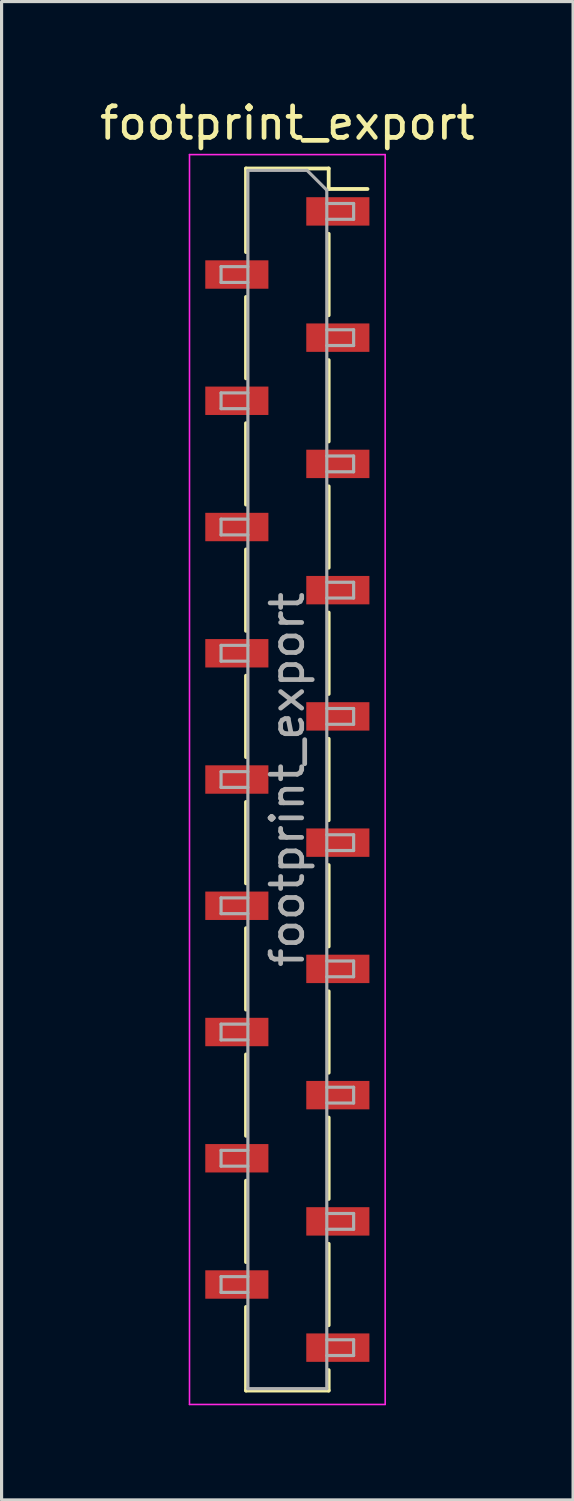
<source format=kicad_pcb>
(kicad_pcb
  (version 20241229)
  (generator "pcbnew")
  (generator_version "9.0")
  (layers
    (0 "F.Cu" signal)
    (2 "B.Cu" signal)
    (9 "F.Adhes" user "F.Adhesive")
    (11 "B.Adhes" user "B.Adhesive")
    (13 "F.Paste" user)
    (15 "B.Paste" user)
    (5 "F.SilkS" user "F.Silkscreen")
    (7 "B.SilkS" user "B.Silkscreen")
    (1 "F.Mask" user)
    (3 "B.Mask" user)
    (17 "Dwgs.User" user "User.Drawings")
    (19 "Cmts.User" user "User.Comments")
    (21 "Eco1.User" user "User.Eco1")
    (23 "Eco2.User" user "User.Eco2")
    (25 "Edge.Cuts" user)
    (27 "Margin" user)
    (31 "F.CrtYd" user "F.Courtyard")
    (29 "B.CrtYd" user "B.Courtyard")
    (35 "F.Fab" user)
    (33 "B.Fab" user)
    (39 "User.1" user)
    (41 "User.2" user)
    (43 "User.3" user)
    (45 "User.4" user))
  (footprint "footprint_export"
    (layer "F.Cu")
    (at 6.054 21.648)
    (property "Reference" "footprint_export" (at 0 -20.8 0) (layer "F.SilkS") (effects (font (size 1 1) (thickness 0.15))))
    (attr smd)
    (fp_line (start -1.31 -19.36) (end -1.31 -16.71) (stroke (width 0.12) (type solid)) (layer "F.SilkS"))
    (fp_line (start -1.31 -19.36) (end 1.31 -19.36) (stroke (width 0.12) (type solid)) (layer "F.SilkS"))
    (fp_line (start -1.31 -15.29) (end -1.31 -12.71) (stroke (width 0.12) (type solid)) (layer "F.SilkS"))
    (fp_line (start -1.31 -11.29) (end -1.31 -8.71) (stroke (width 0.12) (type solid)) (layer "F.SilkS"))
    (fp_line (start -1.31 -7.29) (end -1.31 -4.71) (stroke (width 0.12) (type solid)) (layer "F.SilkS"))
    (fp_line (start -1.31 -3.29) (end -1.31 -0.71) (stroke (width 0.12) (type solid)) (layer "F.SilkS"))
    (fp_line (start -1.31 0.71) (end -1.31 3.29) (stroke (width 0.12) (type solid)) (layer "F.SilkS"))
    (fp_line (start -1.31 4.71) (end -1.31 7.29) (stroke (width 0.12) (type solid)) (layer "F.SilkS"))
    (fp_line (start -1.31 8.71) (end -1.31 11.29) (stroke (width 0.12) (type solid)) (layer "F.SilkS"))
    (fp_line (start -1.31 12.71) (end -1.31 15.29) (stroke (width 0.12) (type solid)) (layer "F.SilkS"))
    (fp_line (start -1.31 16.71) (end -1.31 19.36) (stroke (width 0.12) (type solid)) (layer "F.SilkS"))
    (fp_line (start -1.31 19.36) (end 1.31 19.36) (stroke (width 0.12) (type solid)) (layer "F.SilkS"))
    (fp_line (start 1.31 -19.36) (end 1.31 -18.71) (stroke (width 0.12) (type solid)) (layer "F.SilkS"))
    (fp_line (start 1.31 -18.71) (end 2.54 -18.71) (stroke (width 0.12) (type solid)) (layer "F.SilkS"))
    (fp_line (start 1.31 -17.29) (end 1.31 -14.71) (stroke (width 0.12) (type solid)) (layer "F.SilkS"))
    (fp_line (start 1.31 -13.29) (end 1.31 -10.71) (stroke (width 0.12) (type solid)) (layer "F.SilkS"))
    (fp_line (start 1.31 -9.29) (end 1.31 -6.71) (stroke (width 0.12) (type solid)) (layer "F.SilkS"))
    (fp_line (start 1.31 -5.29) (end 1.31 -2.71) (stroke (width 0.12) (type solid)) (layer "F.SilkS"))
    (fp_line (start 1.31 -1.29) (end 1.31 1.29) (stroke (width 0.12) (type solid)) (layer "F.SilkS"))
    (fp_line (start 1.31 2.71) (end 1.31 5.29) (stroke (width 0.12) (type solid)) (layer "F.SilkS"))
    (fp_line (start 1.31 6.71) (end 1.31 9.29) (stroke (width 0.12) (type solid)) (layer "F.SilkS"))
    (fp_line (start 1.31 10.71) (end 1.31 13.29) (stroke (width 0.12) (type solid)) (layer "F.SilkS"))
    (fp_line (start 1.31 14.71) (end 1.31 17.29) (stroke (width 0.12) (type solid)) (layer "F.SilkS"))
    (fp_line (start 1.31 18.71) (end 1.31 19.36) (stroke (width 0.12) (type solid)) (layer "F.SilkS"))
    (fp_line (start -3.1 -19.8) (end 3.1 -19.8) (stroke (width 0.05) (type solid)) (layer "F.CrtYd"))
    (fp_line (start -3.1 19.8) (end -3.1 -19.8) (stroke (width 0.05) (type solid)) (layer "F.CrtYd"))
    (fp_line (start 3.1 -19.8) (end 3.1 19.8) (stroke (width 0.05) (type solid)) (layer "F.CrtYd"))
    (fp_line (start 3.1 19.8) (end -3.1 19.8) (stroke (width 0.05) (type solid)) (layer "F.CrtYd"))
    (fp_line (start -2.1 -16.25) (end -1.25 -16.25) (stroke (width 0.1) (type solid)) (layer "F.Fab"))
    (fp_line (start -2.1 -15.75) (end -2.1 -16.25) (stroke (width 0.1) (type solid)) (layer "F.Fab"))
    (fp_line (start -2.1 -12.25) (end -1.25 -12.25) (stroke (width 0.1) (type solid)) (layer "F.Fab"))
    (fp_line (start -2.1 -11.75) (end -2.1 -12.25) (stroke (width 0.1) (type solid)) (layer "F.Fab"))
    (fp_line (start -2.1 -8.25) (end -1.25 -8.25) (stroke (width 0.1) (type solid)) (layer "F.Fab"))
    (fp_line (start -2.1 -7.75) (end -2.1 -8.25) (stroke (width 0.1) (type solid)) (layer "F.Fab"))
    (fp_line (start -2.1 -4.25) (end -1.25 -4.25) (stroke (width 0.1) (type solid)) (layer "F.Fab"))
    (fp_line (start -2.1 -3.75) (end -2.1 -4.25) (stroke (width 0.1) (type solid)) (layer "F.Fab"))
    (fp_line (start -2.1 -0.25) (end -1.25 -0.25) (stroke (width 0.1) (type solid)) (layer "F.Fab"))
    (fp_line (start -2.1 0.25) (end -2.1 -0.25) (stroke (width 0.1) (type solid)) (layer "F.Fab"))
    (fp_line (start -2.1 3.75) (end -1.25 3.75) (stroke (width 0.1) (type solid)) (layer "F.Fab"))
    (fp_line (start -2.1 4.25) (end -2.1 3.75) (stroke (width 0.1) (type solid)) (layer "F.Fab"))
    (fp_line (start -2.1 7.75) (end -1.25 7.75) (stroke (width 0.1) (type solid)) (layer "F.Fab"))
    (fp_line (start -2.1 8.25) (end -2.1 7.75) (stroke (width 0.1) (type solid)) (layer "F.Fab"))
    (fp_line (start -2.1 11.75) (end -1.25 11.75) (stroke (width 0.1) (type solid)) (layer "F.Fab"))
    (fp_line (start -2.1 12.25) (end -2.1 11.75) (stroke (width 0.1) (type solid)) (layer "F.Fab"))
    (fp_line (start -2.1 15.75) (end -1.25 15.75) (stroke (width 0.1) (type solid)) (layer "F.Fab"))
    (fp_line (start -2.1 16.25) (end -2.1 15.75) (stroke (width 0.1) (type solid)) (layer "F.Fab"))
    (fp_line (start -1.25 -19.3) (end 0.625 -19.3) (stroke (width 0.1) (type solid)) (layer "F.Fab"))
    (fp_line (start -1.25 -15.75) (end -2.1 -15.75) (stroke (width 0.1) (type solid)) (layer "F.Fab"))
    (fp_line (start -1.25 -11.75) (end -2.1 -11.75) (stroke (width 0.1) (type solid)) (layer "F.Fab"))
    (fp_line (start -1.25 -7.75) (end -2.1 -7.75) (stroke (width 0.1) (type solid)) (layer "F.Fab"))
    (fp_line (start -1.25 -3.75) (end -2.1 -3.75) (stroke (width 0.1) (type solid)) (layer "F.Fab"))
    (fp_line (start -1.25 0.25) (end -2.1 0.25) (stroke (width 0.1) (type solid)) (layer "F.Fab"))
    (fp_line (start -1.25 4.25) (end -2.1 4.25) (stroke (width 0.1) (type solid)) (layer "F.Fab"))
    (fp_line (start -1.25 8.25) (end -2.1 8.25) (stroke (width 0.1) (type solid)) (layer "F.Fab"))
    (fp_line (start -1.25 12.25) (end -2.1 12.25) (stroke (width 0.1) (type solid)) (layer "F.Fab"))
    (fp_line (start -1.25 16.25) (end -2.1 16.25) (stroke (width 0.1) (type solid)) (layer "F.Fab"))
    (fp_line (start -1.25 19.3) (end -1.25 -19.3) (stroke (width 0.1) (type solid)) (layer "F.Fab"))
    (fp_line (start 0.625 -19.3) (end 1.25 -18.675) (stroke (width 0.1) (type solid)) (layer "F.Fab"))
    (fp_line (start 1.25 -18.675) (end 1.25 19.3) (stroke (width 0.1) (type solid)) (layer "F.Fab"))
    (fp_line (start 1.25 -18.25) (end 2.1 -18.25) (stroke (width 0.1) (type solid)) (layer "F.Fab"))
    (fp_line (start 1.25 -14.25) (end 2.1 -14.25) (stroke (width 0.1) (type solid)) (layer "F.Fab"))
    (fp_line (start 1.25 -10.25) (end 2.1 -10.25) (stroke (width 0.1) (type solid)) (layer "F.Fab"))
    (fp_line (start 1.25 -6.25) (end 2.1 -6.25) (stroke (width 0.1) (type solid)) (layer "F.Fab"))
    (fp_line (start 1.25 -2.25) (end 2.1 -2.25) (stroke (width 0.1) (type solid)) (layer "F.Fab"))
    (fp_line (start 1.25 1.75) (end 2.1 1.75) (stroke (width 0.1) (type solid)) (layer "F.Fab"))
    (fp_line (start 1.25 5.75) (end 2.1 5.75) (stroke (width 0.1) (type solid)) (layer "F.Fab"))
    (fp_line (start 1.25 9.75) (end 2.1 9.75) (stroke (width 0.1) (type solid)) (layer "F.Fab"))
    (fp_line (start 1.25 13.75) (end 2.1 13.75) (stroke (width 0.1) (type solid)) (layer "F.Fab"))
    (fp_line (start 1.25 17.75) (end 2.1 17.75) (stroke (width 0.1) (type solid)) (layer "F.Fab"))
    (fp_line (start 1.25 19.3) (end -1.25 19.3) (stroke (width 0.1) (type solid)) (layer "F.Fab"))
    (fp_line (start 2.1 -18.25) (end 2.1 -17.75) (stroke (width 0.1) (type solid)) (layer "F.Fab"))
    (fp_line (start 2.1 -17.75) (end 1.25 -17.75) (stroke (width 0.1) (type solid)) (layer "F.Fab"))
    (fp_line (start 2.1 -14.25) (end 2.1 -13.75) (stroke (width 0.1) (type solid)) (layer "F.Fab"))
    (fp_line (start 2.1 -13.75) (end 1.25 -13.75) (stroke (width 0.1) (type solid)) (layer "F.Fab"))
    (fp_line (start 2.1 -10.25) (end 2.1 -9.75) (stroke (width 0.1) (type solid)) (layer "F.Fab"))
    (fp_line (start 2.1 -9.75) (end 1.25 -9.75) (stroke (width 0.1) (type solid)) (layer "F.Fab"))
    (fp_line (start 2.1 -6.25) (end 2.1 -5.75) (stroke (width 0.1) (type solid)) (layer "F.Fab"))
    (fp_line (start 2.1 -5.75) (end 1.25 -5.75) (stroke (width 0.1) (type solid)) (layer "F.Fab"))
    (fp_line (start 2.1 -2.25) (end 2.1 -1.75) (stroke (width 0.1) (type solid)) (layer "F.Fab"))
    (fp_line (start 2.1 -1.75) (end 1.25 -1.75) (stroke (width 0.1) (type solid)) (layer "F.Fab"))
    (fp_line (start 2.1 1.75) (end 2.1 2.25) (stroke (width 0.1) (type solid)) (layer "F.Fab"))
    (fp_line (start 2.1 2.25) (end 1.25 2.25) (stroke (width 0.1) (type solid)) (layer "F.Fab"))
    (fp_line (start 2.1 5.75) (end 2.1 6.25) (stroke (width 0.1) (type solid)) (layer "F.Fab"))
    (fp_line (start 2.1 6.25) (end 1.25 6.25) (stroke (width 0.1) (type solid)) (layer "F.Fab"))
    (fp_line (start 2.1 9.75) (end 2.1 10.25) (stroke (width 0.1) (type solid)) (layer "F.Fab"))
    (fp_line (start 2.1 10.25) (end 1.25 10.25) (stroke (width 0.1) (type solid)) (layer "F.Fab"))
    (fp_line (start 2.1 13.75) (end 2.1 14.25) (stroke (width 0.1) (type solid)) (layer "F.Fab"))
    (fp_line (start 2.1 14.25) (end 1.25 14.25) (stroke (width 0.1) (type solid)) (layer "F.Fab"))
    (fp_line (start 2.1 17.75) (end 2.1 18.25) (stroke (width 0.1) (type solid)) (layer "F.Fab"))
    (fp_line (start 2.1 18.25) (end 1.25 18.25) (stroke (width 0.1) (type solid)) (layer "F.Fab"))
    (fp_text user "${REFERENCE}" (at 0 0 90) (layer "F.Fab") (effects (font (size 1 1) (thickness 0.15))))
    (pad "1" smd rect (at 1.6 -18) (size 2 0.9) (layers "F.Cu" "F.Mask" "F.Paste"))
    (pad "2" smd rect (at -1.6 -16) (size 2 0.9) (layers "F.Cu" "F.Mask" "F.Paste"))
    (pad "3" smd rect (at 1.6 -14) (size 2 0.9) (layers "F.Cu" "F.Mask" "F.Paste"))
    (pad "4" smd rect (at -1.6 -12) (size 2 0.9) (layers "F.Cu" "F.Mask" "F.Paste"))
    (pad "5" smd rect (at 1.6 -10) (size 2 0.9) (layers "F.Cu" "F.Mask" "F.Paste"))
    (pad "6" smd rect (at -1.6 -8) (size 2 0.9) (layers "F.Cu" "F.Mask" "F.Paste"))
    (pad "7" smd rect (at 1.6 -6) (size 2 0.9) (layers "F.Cu" "F.Mask" "F.Paste"))
    (pad "8" smd rect (at -1.6 -4) (size 2 0.9) (layers "F.Cu" "F.Mask" "F.Paste"))
    (pad "9" smd rect (at 1.6 -2) (size 2 0.9) (layers "F.Cu" "F.Mask" "F.Paste"))
    (pad "10" smd rect (at -1.6 0) (size 2 0.9) (layers "F.Cu" "F.Mask" "F.Paste"))
    (pad "11" smd rect (at 1.6 2) (size 2 0.9) (layers "F.Cu" "F.Mask" "F.Paste"))
    (pad "12" smd rect (at -1.6 4) (size 2 0.9) (layers "F.Cu" "F.Mask" "F.Paste"))
    (pad "13" smd rect (at 1.6 6) (size 2 0.9) (layers "F.Cu" "F.Mask" "F.Paste"))
    (pad "14" smd rect (at -1.6 8) (size 2 0.9) (layers "F.Cu" "F.Mask" "F.Paste"))
    (pad "15" smd rect (at 1.6 10) (size 2 0.9) (layers "F.Cu" "F.Mask" "F.Paste"))
    (pad "16" smd rect (at -1.6 12) (size 2 0.9) (layers "F.Cu" "F.Mask" "F.Paste"))
    (pad "17" smd rect (at 1.6 14) (size 2 0.9) (layers "F.Cu" "F.Mask" "F.Paste"))
    (pad "18" smd rect (at -1.6 16) (size 2 0.9) (layers "F.Cu" "F.Mask" "F.Paste"))
    (pad "19" smd rect (at 1.6 18) (size 2 0.9) (layers "F.Cu" "F.Mask" "F.Paste")))
  (gr_rect
    (start -3 -3)
    (end 15.107 44.473)
    (stroke (width 0.1) (type default))
    (fill no)
    (layer "Edge.Cuts")))
</source>
